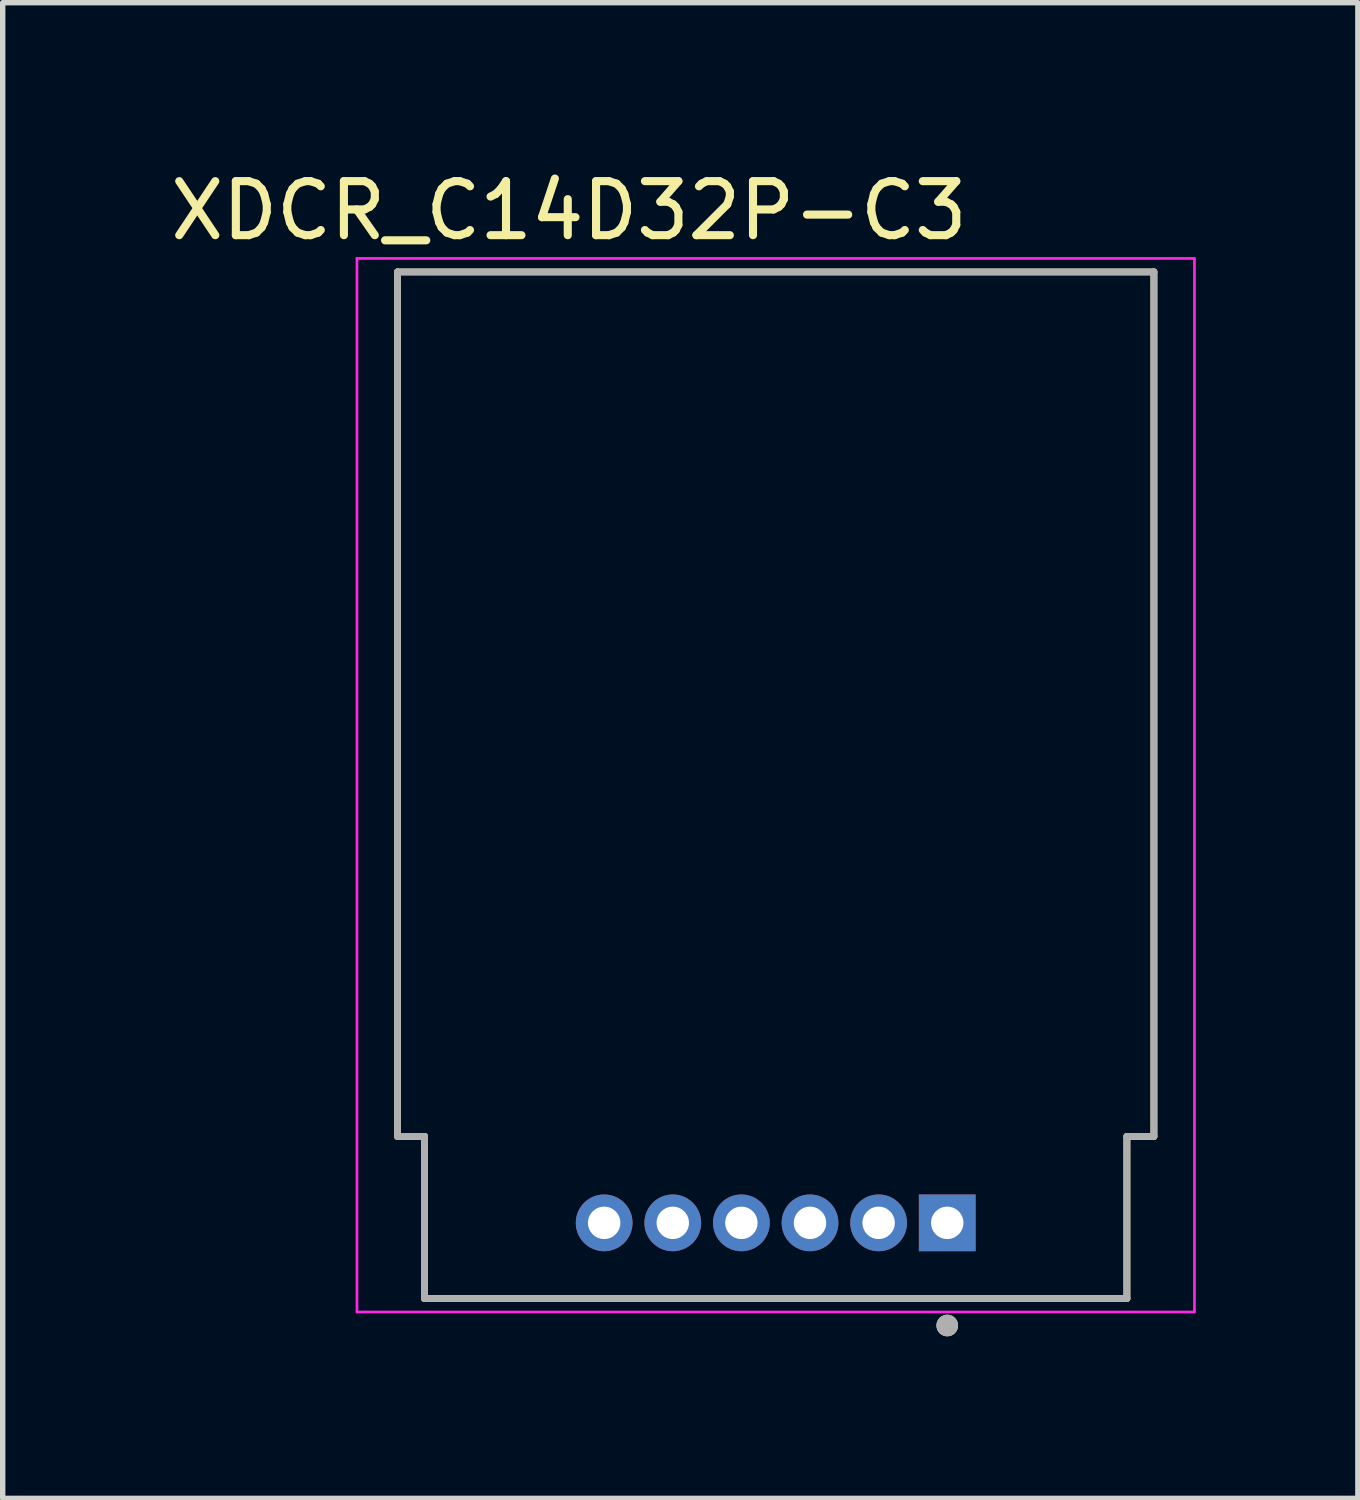
<source format=kicad_pcb>
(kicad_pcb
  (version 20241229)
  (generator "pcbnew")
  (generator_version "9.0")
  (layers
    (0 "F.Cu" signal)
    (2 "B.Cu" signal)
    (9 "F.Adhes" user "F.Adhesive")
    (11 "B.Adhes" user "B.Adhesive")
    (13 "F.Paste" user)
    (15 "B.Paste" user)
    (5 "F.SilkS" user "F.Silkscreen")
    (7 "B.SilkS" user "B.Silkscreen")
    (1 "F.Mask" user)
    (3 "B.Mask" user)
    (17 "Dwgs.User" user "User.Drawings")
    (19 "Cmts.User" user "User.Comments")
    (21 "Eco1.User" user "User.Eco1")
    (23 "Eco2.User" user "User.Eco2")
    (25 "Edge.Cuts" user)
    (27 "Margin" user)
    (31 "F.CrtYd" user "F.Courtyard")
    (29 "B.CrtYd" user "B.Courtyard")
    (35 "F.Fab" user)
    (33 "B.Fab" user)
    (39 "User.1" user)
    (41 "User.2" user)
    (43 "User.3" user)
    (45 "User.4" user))
  (footprint "XDCR_C14D32P-C3"
    (layer "F.Cu")
    (at 11.307 9.983)
    (property "Reference" "XDCR_C14D32P-C3" (at -3.825 -9.135 0) (layer "F.SilkS") (effects (font (size 1 1) (thickness 0.15))))
    (attr through_hole)
    (fp_line (start -7 -8) (end -7 8) (stroke (width 0.127) (type solid)) (layer "F.SilkS"))
    (fp_line (start -7 8) (end -6.5 8) (stroke (width 0.127) (type solid)) (layer "F.SilkS"))
    (fp_line (start -6.5 8) (end -6.5 11) (stroke (width 0.127) (type solid)) (layer "F.SilkS"))
    (fp_line (start -6.5 11) (end 6.5 11) (stroke (width 0.127) (type solid)) (layer "F.SilkS"))
    (fp_line (start 6.5 8) (end 7 8) (stroke (width 0.127) (type solid)) (layer "F.SilkS"))
    (fp_line (start 6.5 11) (end 6.5 8) (stroke (width 0.127) (type solid)) (layer "F.SilkS"))
    (fp_line (start 7 -8) (end -7 -8) (stroke (width 0.127) (type solid)) (layer "F.SilkS"))
    (fp_line (start 7 8) (end 7 -8) (stroke (width 0.127) (type solid)) (layer "F.SilkS"))
    (fp_circle (center 3.175 11.5) (end 3.275 11.5) (stroke (width 0.2) (type solid)) (fill no) (layer "F.SilkS"))
    (fp_line (start -7.75 -8.25) (end -7.75 11.25) (stroke (width 0.05) (type solid)) (layer "F.CrtYd"))
    (fp_line (start -7.75 11.25) (end 7.75 11.25) (stroke (width 0.05) (type solid)) (layer "F.CrtYd"))
    (fp_line (start 7.75 -8.25) (end -7.75 -8.25) (stroke (width 0.05) (type solid)) (layer "F.CrtYd"))
    (fp_line (start 7.75 11.25) (end 7.75 -8.25) (stroke (width 0.05) (type solid)) (layer "F.CrtYd"))
    (fp_line (start -7 -8) (end -7 8) (stroke (width 0.127) (type solid)) (layer "F.Fab"))
    (fp_line (start -7 8) (end -6.5 8) (stroke (width 0.127) (type solid)) (layer "F.Fab"))
    (fp_line (start -6.5 8) (end -6.5 11) (stroke (width 0.127) (type solid)) (layer "F.Fab"))
    (fp_line (start -6.5 11) (end 6.5 11) (stroke (width 0.127) (type solid)) (layer "F.Fab"))
    (fp_line (start 6.5 8) (end 7 8) (stroke (width 0.127) (type solid)) (layer "F.Fab"))
    (fp_line (start 6.5 11) (end 6.5 8) (stroke (width 0.127) (type solid)) (layer "F.Fab"))
    (fp_line (start 7 -8) (end -7 -8) (stroke (width 0.127) (type solid)) (layer "F.Fab"))
    (fp_line (start 7 8) (end 7 -8) (stroke (width 0.127) (type solid)) (layer "F.Fab"))
    (fp_circle (center 3.175 11.5) (end 3.275 11.5) (stroke (width 0.2) (type solid)) (fill no) (layer "F.Fab"))
    (pad "1" thru_hole rect (at 3.175 9.6) (size 1.05 1.05) (drill 0.6) (layers "*.Cu" "*.Mask"))
    (pad "2" thru_hole circle (at 1.905 9.6) (size 1.05 1.05) (drill 0.6) (layers "*.Cu" "*.Mask"))
    (pad "3" thru_hole circle (at 0.635 9.6) (size 1.05 1.05) (drill 0.6) (layers "*.Cu" "*.Mask"))
    (pad "4" thru_hole circle (at -0.635 9.6) (size 1.05 1.05) (drill 0.6) (layers "*.Cu" "*.Mask"))
    (pad "5" thru_hole circle (at -1.905 9.6) (size 1.05 1.05) (drill 0.6) (layers "*.Cu" "*.Mask"))
    (pad "6" thru_hole circle (at -3.175 9.6) (size 1.05 1.05) (drill 0.6) (layers "*.Cu" "*.Mask")))
  (gr_rect
    (start -3 -3)
    (end 22.082 24.683)
    (stroke (width 0.1) (type default))
    (fill no)
    (layer "Edge.Cuts")))
</source>
